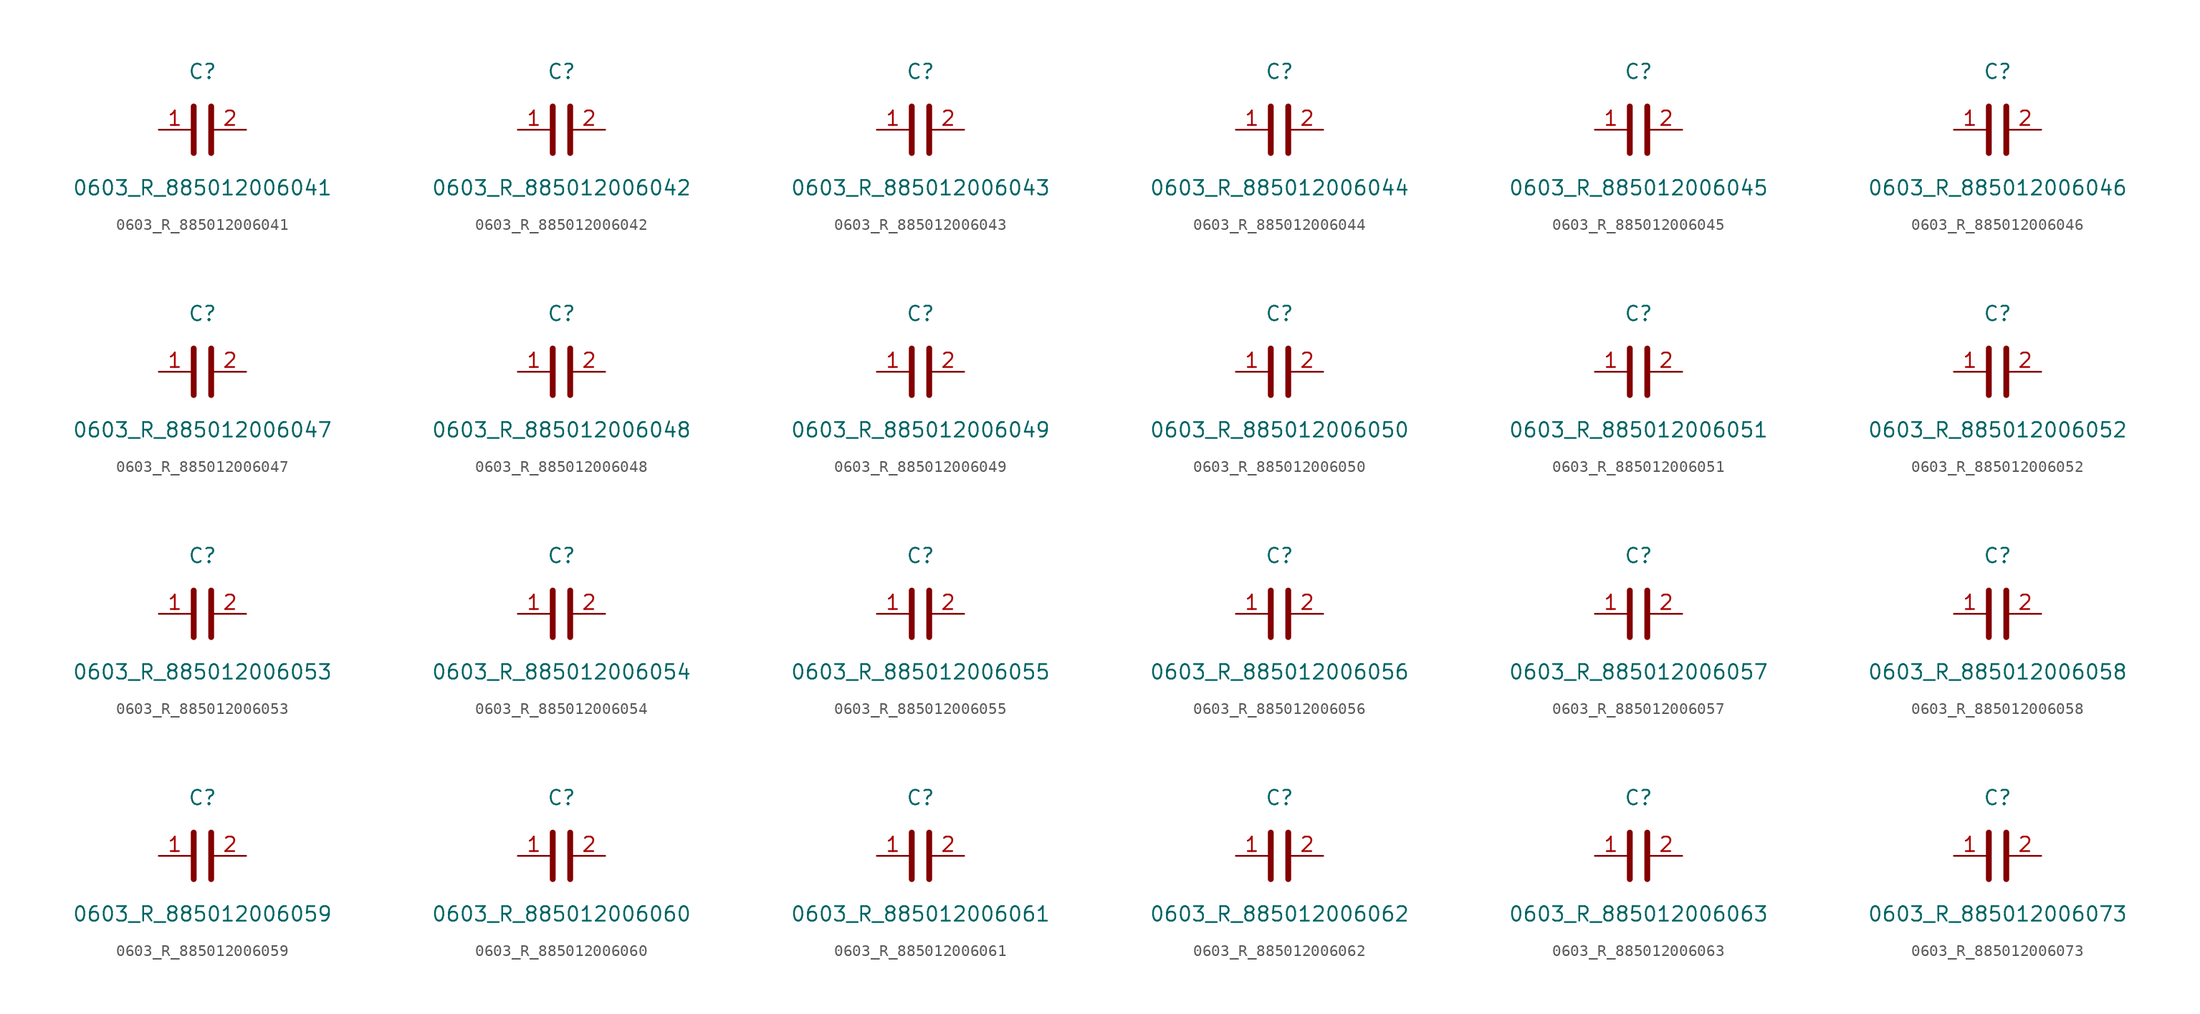
<source format=kicad_sym>
(kicad_symbol_lib
  (version 20220914)
  (generator kicad_symbol_editor)
  (symbol "0603_R_885012006041"
    (pin_names hide)
    (property "Reference" "C"
      (at 0 5.08 0)
      (effects (font (size 1.27 1.27))))
    (property "Value" "0603_R_885012006041"
      (at 0 -5.08 0)
      (effects (font (size 1.27 1.27))))
    (symbol "0603_R_885012006041_0_1"
      (polyline (pts (xy -0.762 -2.032) (xy -0.762 2.032)) (stroke (width 0.508) (type default)) (fill (type none)))
      (polyline (pts (xy 0.762 -2.032) (xy 0.762 2.032)) (stroke (width 0.508) (type default)) (fill (type none))))
    (symbol "0603_R_885012006041_1_1"
      (pin passive line (at -3.81 0 0) (length 2.794) (name "1" (effects (font (size 1.27 1.27)))) (number "1" (effects (font (size 1.27 1.27)))))
      (pin passive line (at 3.81 0 180) (length 2.794) (name "2" (effects (font (size 1.27 1.27)))) (number "2" (effects (font (size 1.27 1.27)))))))
  (symbol "0603_R_885012006042"
    (pin_names hide)
    (property "Reference" "C"
      (at 0 5.08 0)
      (effects (font (size 1.27 1.27))))
    (property "Value" "0603_R_885012006042"
      (at 0 -5.08 0)
      (effects (font (size 1.27 1.27))))
    (symbol "0603_R_885012006042_0_1"
      (polyline (pts (xy -0.762 -2.032) (xy -0.762 2.032)) (stroke (width 0.508) (type default)) (fill (type none)))
      (polyline (pts (xy 0.762 -2.032) (xy 0.762 2.032)) (stroke (width 0.508) (type default)) (fill (type none))))
    (symbol "0603_R_885012006042_1_1"
      (pin passive line (at -3.81 0 0) (length 2.794) (name "1" (effects (font (size 1.27 1.27)))) (number "1" (effects (font (size 1.27 1.27)))))
      (pin passive line (at 3.81 0 180) (length 2.794) (name "2" (effects (font (size 1.27 1.27)))) (number "2" (effects (font (size 1.27 1.27)))))))
  (symbol "0603_R_885012006043"
    (pin_names hide)
    (property "Reference" "C"
      (at 0 5.08 0)
      (effects (font (size 1.27 1.27))))
    (property "Value" "0603_R_885012006043"
      (at 0 -5.08 0)
      (effects (font (size 1.27 1.27))))
    (symbol "0603_R_885012006043_0_1"
      (polyline (pts (xy -0.762 -2.032) (xy -0.762 2.032)) (stroke (width 0.508) (type default)) (fill (type none)))
      (polyline (pts (xy 0.762 -2.032) (xy 0.762 2.032)) (stroke (width 0.508) (type default)) (fill (type none))))
    (symbol "0603_R_885012006043_1_1"
      (pin passive line (at -3.81 0 0) (length 2.794) (name "1" (effects (font (size 1.27 1.27)))) (number "1" (effects (font (size 1.27 1.27)))))
      (pin passive line (at 3.81 0 180) (length 2.794) (name "2" (effects (font (size 1.27 1.27)))) (number "2" (effects (font (size 1.27 1.27)))))))
  (symbol "0603_R_885012006044"
    (pin_names hide)
    (property "Reference" "C"
      (at 0 5.08 0)
      (effects (font (size 1.27 1.27))))
    (property "Value" "0603_R_885012006044"
      (at 0 -5.08 0)
      (effects (font (size 1.27 1.27))))
    (symbol "0603_R_885012006044_0_1"
      (polyline (pts (xy -0.762 -2.032) (xy -0.762 2.032)) (stroke (width 0.508) (type default)) (fill (type none)))
      (polyline (pts (xy 0.762 -2.032) (xy 0.762 2.032)) (stroke (width 0.508) (type default)) (fill (type none))))
    (symbol "0603_R_885012006044_1_1"
      (pin passive line (at -3.81 0 0) (length 2.794) (name "1" (effects (font (size 1.27 1.27)))) (number "1" (effects (font (size 1.27 1.27)))))
      (pin passive line (at 3.81 0 180) (length 2.794) (name "2" (effects (font (size 1.27 1.27)))) (number "2" (effects (font (size 1.27 1.27)))))))
  (symbol "0603_R_885012006045"
    (pin_names hide)
    (property "Reference" "C"
      (at 0 5.08 0)
      (effects (font (size 1.27 1.27))))
    (property "Value" "0603_R_885012006045"
      (at 0 -5.08 0)
      (effects (font (size 1.27 1.27))))
    (symbol "0603_R_885012006045_0_1"
      (polyline (pts (xy -0.762 -2.032) (xy -0.762 2.032)) (stroke (width 0.508) (type default)) (fill (type none)))
      (polyline (pts (xy 0.762 -2.032) (xy 0.762 2.032)) (stroke (width 0.508) (type default)) (fill (type none))))
    (symbol "0603_R_885012006045_1_1"
      (pin passive line (at -3.81 0 0) (length 2.794) (name "1" (effects (font (size 1.27 1.27)))) (number "1" (effects (font (size 1.27 1.27)))))
      (pin passive line (at 3.81 0 180) (length 2.794) (name "2" (effects (font (size 1.27 1.27)))) (number "2" (effects (font (size 1.27 1.27)))))))
  (symbol "0603_R_885012006046"
    (pin_names hide)
    (property "Reference" "C"
      (at 0 5.08 0)
      (effects (font (size 1.27 1.27))))
    (property "Value" "0603_R_885012006046"
      (at 0 -5.08 0)
      (effects (font (size 1.27 1.27))))
    (symbol "0603_R_885012006046_0_1"
      (polyline (pts (xy -0.762 -2.032) (xy -0.762 2.032)) (stroke (width 0.508) (type default)) (fill (type none)))
      (polyline (pts (xy 0.762 -2.032) (xy 0.762 2.032)) (stroke (width 0.508) (type default)) (fill (type none))))
    (symbol "0603_R_885012006046_1_1"
      (pin passive line (at -3.81 0 0) (length 2.794) (name "1" (effects (font (size 1.27 1.27)))) (number "1" (effects (font (size 1.27 1.27)))))
      (pin passive line (at 3.81 0 180) (length 2.794) (name "2" (effects (font (size 1.27 1.27)))) (number "2" (effects (font (size 1.27 1.27)))))))
  (symbol "0603_R_885012006047"
    (pin_names hide)
    (property "Reference" "C"
      (at 0 5.08 0)
      (effects (font (size 1.27 1.27))))
    (property "Value" "0603_R_885012006047"
      (at 0 -5.08 0)
      (effects (font (size 1.27 1.27))))
    (symbol "0603_R_885012006047_0_1"
      (polyline (pts (xy -0.762 -2.032) (xy -0.762 2.032)) (stroke (width 0.508) (type default)) (fill (type none)))
      (polyline (pts (xy 0.762 -2.032) (xy 0.762 2.032)) (stroke (width 0.508) (type default)) (fill (type none))))
    (symbol "0603_R_885012006047_1_1"
      (pin passive line (at -3.81 0 0) (length 2.794) (name "1" (effects (font (size 1.27 1.27)))) (number "1" (effects (font (size 1.27 1.27)))))
      (pin passive line (at 3.81 0 180) (length 2.794) (name "2" (effects (font (size 1.27 1.27)))) (number "2" (effects (font (size 1.27 1.27)))))))
  (symbol "0603_R_885012006048"
    (pin_names hide)
    (property "Reference" "C"
      (at 0 5.08 0)
      (effects (font (size 1.27 1.27))))
    (property "Value" "0603_R_885012006048"
      (at 0 -5.08 0)
      (effects (font (size 1.27 1.27))))
    (symbol "0603_R_885012006048_0_1"
      (polyline (pts (xy -0.762 -2.032) (xy -0.762 2.032)) (stroke (width 0.508) (type default)) (fill (type none)))
      (polyline (pts (xy 0.762 -2.032) (xy 0.762 2.032)) (stroke (width 0.508) (type default)) (fill (type none))))
    (symbol "0603_R_885012006048_1_1"
      (pin passive line (at -3.81 0 0) (length 2.794) (name "1" (effects (font (size 1.27 1.27)))) (number "1" (effects (font (size 1.27 1.27)))))
      (pin passive line (at 3.81 0 180) (length 2.794) (name "2" (effects (font (size 1.27 1.27)))) (number "2" (effects (font (size 1.27 1.27)))))))
  (symbol "0603_R_885012006049"
    (pin_names hide)
    (property "Reference" "C"
      (at 0 5.08 0)
      (effects (font (size 1.27 1.27))))
    (property "Value" "0603_R_885012006049"
      (at 0 -5.08 0)
      (effects (font (size 1.27 1.27))))
    (symbol "0603_R_885012006049_0_1"
      (polyline (pts (xy -0.762 -2.032) (xy -0.762 2.032)) (stroke (width 0.508) (type default)) (fill (type none)))
      (polyline (pts (xy 0.762 -2.032) (xy 0.762 2.032)) (stroke (width 0.508) (type default)) (fill (type none))))
    (symbol "0603_R_885012006049_1_1"
      (pin passive line (at -3.81 0 0) (length 2.794) (name "1" (effects (font (size 1.27 1.27)))) (number "1" (effects (font (size 1.27 1.27)))))
      (pin passive line (at 3.81 0 180) (length 2.794) (name "2" (effects (font (size 1.27 1.27)))) (number "2" (effects (font (size 1.27 1.27)))))))
  (symbol "0603_R_885012006050"
    (pin_names hide)
    (property "Reference" "C"
      (at 0 5.08 0)
      (effects (font (size 1.27 1.27))))
    (property "Value" "0603_R_885012006050"
      (at 0 -5.08 0)
      (effects (font (size 1.27 1.27))))
    (symbol "0603_R_885012006050_0_1"
      (polyline (pts (xy -0.762 -2.032) (xy -0.762 2.032)) (stroke (width 0.508) (type default)) (fill (type none)))
      (polyline (pts (xy 0.762 -2.032) (xy 0.762 2.032)) (stroke (width 0.508) (type default)) (fill (type none))))
    (symbol "0603_R_885012006050_1_1"
      (pin passive line (at -3.81 0 0) (length 2.794) (name "1" (effects (font (size 1.27 1.27)))) (number "1" (effects (font (size 1.27 1.27)))))
      (pin passive line (at 3.81 0 180) (length 2.794) (name "2" (effects (font (size 1.27 1.27)))) (number "2" (effects (font (size 1.27 1.27)))))))
  (symbol "0603_R_885012006051"
    (pin_names hide)
    (property "Reference" "C"
      (at 0 5.08 0)
      (effects (font (size 1.27 1.27))))
    (property "Value" "0603_R_885012006051"
      (at 0 -5.08 0)
      (effects (font (size 1.27 1.27))))
    (symbol "0603_R_885012006051_0_1"
      (polyline (pts (xy -0.762 -2.032) (xy -0.762 2.032)) (stroke (width 0.508) (type default)) (fill (type none)))
      (polyline (pts (xy 0.762 -2.032) (xy 0.762 2.032)) (stroke (width 0.508) (type default)) (fill (type none))))
    (symbol "0603_R_885012006051_1_1"
      (pin passive line (at -3.81 0 0) (length 2.794) (name "1" (effects (font (size 1.27 1.27)))) (number "1" (effects (font (size 1.27 1.27)))))
      (pin passive line (at 3.81 0 180) (length 2.794) (name "2" (effects (font (size 1.27 1.27)))) (number "2" (effects (font (size 1.27 1.27)))))))
  (symbol "0603_R_885012006052"
    (pin_names hide)
    (property "Reference" "C"
      (at 0 5.08 0)
      (effects (font (size 1.27 1.27))))
    (property "Value" "0603_R_885012006052"
      (at 0 -5.08 0)
      (effects (font (size 1.27 1.27))))
    (symbol "0603_R_885012006052_0_1"
      (polyline (pts (xy -0.762 -2.032) (xy -0.762 2.032)) (stroke (width 0.508) (type default)) (fill (type none)))
      (polyline (pts (xy 0.762 -2.032) (xy 0.762 2.032)) (stroke (width 0.508) (type default)) (fill (type none))))
    (symbol "0603_R_885012006052_1_1"
      (pin passive line (at -3.81 0 0) (length 2.794) (name "1" (effects (font (size 1.27 1.27)))) (number "1" (effects (font (size 1.27 1.27)))))
      (pin passive line (at 3.81 0 180) (length 2.794) (name "2" (effects (font (size 1.27 1.27)))) (number "2" (effects (font (size 1.27 1.27)))))))
  (symbol "0603_R_885012006053"
    (pin_names hide)
    (property "Reference" "C"
      (at 0 5.08 0)
      (effects (font (size 1.27 1.27))))
    (property "Value" "0603_R_885012006053"
      (at 0 -5.08 0)
      (effects (font (size 1.27 1.27))))
    (symbol "0603_R_885012006053_0_1"
      (polyline (pts (xy -0.762 -2.032) (xy -0.762 2.032)) (stroke (width 0.508) (type default)) (fill (type none)))
      (polyline (pts (xy 0.762 -2.032) (xy 0.762 2.032)) (stroke (width 0.508) (type default)) (fill (type none))))
    (symbol "0603_R_885012006053_1_1"
      (pin passive line (at -3.81 0 0) (length 2.794) (name "1" (effects (font (size 1.27 1.27)))) (number "1" (effects (font (size 1.27 1.27)))))
      (pin passive line (at 3.81 0 180) (length 2.794) (name "2" (effects (font (size 1.27 1.27)))) (number "2" (effects (font (size 1.27 1.27)))))))
  (symbol "0603_R_885012006054"
    (pin_names hide)
    (property "Reference" "C"
      (at 0 5.08 0)
      (effects (font (size 1.27 1.27))))
    (property "Value" "0603_R_885012006054"
      (at 0 -5.08 0)
      (effects (font (size 1.27 1.27))))
    (symbol "0603_R_885012006054_0_1"
      (polyline (pts (xy -0.762 -2.032) (xy -0.762 2.032)) (stroke (width 0.508) (type default)) (fill (type none)))
      (polyline (pts (xy 0.762 -2.032) (xy 0.762 2.032)) (stroke (width 0.508) (type default)) (fill (type none))))
    (symbol "0603_R_885012006054_1_1"
      (pin passive line (at -3.81 0 0) (length 2.794) (name "1" (effects (font (size 1.27 1.27)))) (number "1" (effects (font (size 1.27 1.27)))))
      (pin passive line (at 3.81 0 180) (length 2.794) (name "2" (effects (font (size 1.27 1.27)))) (number "2" (effects (font (size 1.27 1.27)))))))
  (symbol "0603_R_885012006055"
    (pin_names hide)
    (property "Reference" "C"
      (at 0 5.08 0)
      (effects (font (size 1.27 1.27))))
    (property "Value" "0603_R_885012006055"
      (at 0 -5.08 0)
      (effects (font (size 1.27 1.27))))
    (symbol "0603_R_885012006055_0_1"
      (polyline (pts (xy -0.762 -2.032) (xy -0.762 2.032)) (stroke (width 0.508) (type default)) (fill (type none)))
      (polyline (pts (xy 0.762 -2.032) (xy 0.762 2.032)) (stroke (width 0.508) (type default)) (fill (type none))))
    (symbol "0603_R_885012006055_1_1"
      (pin passive line (at -3.81 0 0) (length 2.794) (name "1" (effects (font (size 1.27 1.27)))) (number "1" (effects (font (size 1.27 1.27)))))
      (pin passive line (at 3.81 0 180) (length 2.794) (name "2" (effects (font (size 1.27 1.27)))) (number "2" (effects (font (size 1.27 1.27)))))))
  (symbol "0603_R_885012006056"
    (pin_names hide)
    (property "Reference" "C"
      (at 0 5.08 0)
      (effects (font (size 1.27 1.27))))
    (property "Value" "0603_R_885012006056"
      (at 0 -5.08 0)
      (effects (font (size 1.27 1.27))))
    (symbol "0603_R_885012006056_0_1"
      (polyline (pts (xy -0.762 -2.032) (xy -0.762 2.032)) (stroke (width 0.508) (type default)) (fill (type none)))
      (polyline (pts (xy 0.762 -2.032) (xy 0.762 2.032)) (stroke (width 0.508) (type default)) (fill (type none))))
    (symbol "0603_R_885012006056_1_1"
      (pin passive line (at -3.81 0 0) (length 2.794) (name "1" (effects (font (size 1.27 1.27)))) (number "1" (effects (font (size 1.27 1.27)))))
      (pin passive line (at 3.81 0 180) (length 2.794) (name "2" (effects (font (size 1.27 1.27)))) (number "2" (effects (font (size 1.27 1.27)))))))
  (symbol "0603_R_885012006057"
    (pin_names hide)
    (property "Reference" "C"
      (at 0 5.08 0)
      (effects (font (size 1.27 1.27))))
    (property "Value" "0603_R_885012006057"
      (at 0 -5.08 0)
      (effects (font (size 1.27 1.27))))
    (symbol "0603_R_885012006057_0_1"
      (polyline (pts (xy -0.762 -2.032) (xy -0.762 2.032)) (stroke (width 0.508) (type default)) (fill (type none)))
      (polyline (pts (xy 0.762 -2.032) (xy 0.762 2.032)) (stroke (width 0.508) (type default)) (fill (type none))))
    (symbol "0603_R_885012006057_1_1"
      (pin passive line (at -3.81 0 0) (length 2.794) (name "1" (effects (font (size 1.27 1.27)))) (number "1" (effects (font (size 1.27 1.27)))))
      (pin passive line (at 3.81 0 180) (length 2.794) (name "2" (effects (font (size 1.27 1.27)))) (number "2" (effects (font (size 1.27 1.27)))))))
  (symbol "0603_R_885012006058"
    (pin_names hide)
    (property "Reference" "C"
      (at 0 5.08 0)
      (effects (font (size 1.27 1.27))))
    (property "Value" "0603_R_885012006058"
      (at 0 -5.08 0)
      (effects (font (size 1.27 1.27))))
    (symbol "0603_R_885012006058_0_1"
      (polyline (pts (xy -0.762 -2.032) (xy -0.762 2.032)) (stroke (width 0.508) (type default)) (fill (type none)))
      (polyline (pts (xy 0.762 -2.032) (xy 0.762 2.032)) (stroke (width 0.508) (type default)) (fill (type none))))
    (symbol "0603_R_885012006058_1_1"
      (pin passive line (at -3.81 0 0) (length 2.794) (name "1" (effects (font (size 1.27 1.27)))) (number "1" (effects (font (size 1.27 1.27)))))
      (pin passive line (at 3.81 0 180) (length 2.794) (name "2" (effects (font (size 1.27 1.27)))) (number "2" (effects (font (size 1.27 1.27)))))))
  (symbol "0603_R_885012006059"
    (pin_names hide)
    (property "Reference" "C"
      (at 0 5.08 0)
      (effects (font (size 1.27 1.27))))
    (property "Value" "0603_R_885012006059"
      (at 0 -5.08 0)
      (effects (font (size 1.27 1.27))))
    (symbol "0603_R_885012006059_0_1"
      (polyline (pts (xy -0.762 -2.032) (xy -0.762 2.032)) (stroke (width 0.508) (type default)) (fill (type none)))
      (polyline (pts (xy 0.762 -2.032) (xy 0.762 2.032)) (stroke (width 0.508) (type default)) (fill (type none))))
    (symbol "0603_R_885012006059_1_1"
      (pin passive line (at -3.81 0 0) (length 2.794) (name "1" (effects (font (size 1.27 1.27)))) (number "1" (effects (font (size 1.27 1.27)))))
      (pin passive line (at 3.81 0 180) (length 2.794) (name "2" (effects (font (size 1.27 1.27)))) (number "2" (effects (font (size 1.27 1.27)))))))
  (symbol "0603_R_885012006060"
    (pin_names hide)
    (property "Reference" "C"
      (at 0 5.08 0)
      (effects (font (size 1.27 1.27))))
    (property "Value" "0603_R_885012006060"
      (at 0 -5.08 0)
      (effects (font (size 1.27 1.27))))
    (symbol "0603_R_885012006060_0_1"
      (polyline (pts (xy -0.762 -2.032) (xy -0.762 2.032)) (stroke (width 0.508) (type default)) (fill (type none)))
      (polyline (pts (xy 0.762 -2.032) (xy 0.762 2.032)) (stroke (width 0.508) (type default)) (fill (type none))))
    (symbol "0603_R_885012006060_1_1"
      (pin passive line (at -3.81 0 0) (length 2.794) (name "1" (effects (font (size 1.27 1.27)))) (number "1" (effects (font (size 1.27 1.27)))))
      (pin passive line (at 3.81 0 180) (length 2.794) (name "2" (effects (font (size 1.27 1.27)))) (number "2" (effects (font (size 1.27 1.27)))))))
  (symbol "0603_R_885012006061"
    (pin_names hide)
    (property "Reference" "C"
      (at 0 5.08 0)
      (effects (font (size 1.27 1.27))))
    (property "Value" "0603_R_885012006061"
      (at 0 -5.08 0)
      (effects (font (size 1.27 1.27))))
    (symbol "0603_R_885012006061_0_1"
      (polyline (pts (xy -0.762 -2.032) (xy -0.762 2.032)) (stroke (width 0.508) (type default)) (fill (type none)))
      (polyline (pts (xy 0.762 -2.032) (xy 0.762 2.032)) (stroke (width 0.508) (type default)) (fill (type none))))
    (symbol "0603_R_885012006061_1_1"
      (pin passive line (at -3.81 0 0) (length 2.794) (name "1" (effects (font (size 1.27 1.27)))) (number "1" (effects (font (size 1.27 1.27)))))
      (pin passive line (at 3.81 0 180) (length 2.794) (name "2" (effects (font (size 1.27 1.27)))) (number "2" (effects (font (size 1.27 1.27)))))))
  (symbol "0603_R_885012006062"
    (pin_names hide)
    (property "Reference" "C"
      (at 0 5.08 0)
      (effects (font (size 1.27 1.27))))
    (property "Value" "0603_R_885012006062"
      (at 0 -5.08 0)
      (effects (font (size 1.27 1.27))))
    (symbol "0603_R_885012006062_0_1"
      (polyline (pts (xy -0.762 -2.032) (xy -0.762 2.032)) (stroke (width 0.508) (type default)) (fill (type none)))
      (polyline (pts (xy 0.762 -2.032) (xy 0.762 2.032)) (stroke (width 0.508) (type default)) (fill (type none))))
    (symbol "0603_R_885012006062_1_1"
      (pin passive line (at -3.81 0 0) (length 2.794) (name "1" (effects (font (size 1.27 1.27)))) (number "1" (effects (font (size 1.27 1.27)))))
      (pin passive line (at 3.81 0 180) (length 2.794) (name "2" (effects (font (size 1.27 1.27)))) (number "2" (effects (font (size 1.27 1.27)))))))
  (symbol "0603_R_885012006063"
    (pin_names hide)
    (property "Reference" "C"
      (at 0 5.08 0)
      (effects (font (size 1.27 1.27))))
    (property "Value" "0603_R_885012006063"
      (at 0 -5.08 0)
      (effects (font (size 1.27 1.27))))
    (symbol "0603_R_885012006063_0_1"
      (polyline (pts (xy -0.762 -2.032) (xy -0.762 2.032)) (stroke (width 0.508) (type default)) (fill (type none)))
      (polyline (pts (xy 0.762 -2.032) (xy 0.762 2.032)) (stroke (width 0.508) (type default)) (fill (type none))))
    (symbol "0603_R_885012006063_1_1"
      (pin passive line (at -3.81 0 0) (length 2.794) (name "1" (effects (font (size 1.27 1.27)))) (number "1" (effects (font (size 1.27 1.27)))))
      (pin passive line (at 3.81 0 180) (length 2.794) (name "2" (effects (font (size 1.27 1.27)))) (number "2" (effects (font (size 1.27 1.27)))))))
  (symbol "0603_R_885012006073"
    (pin_names hide)
    (property "Reference" "C"
      (at 0 5.08 0)
      (effects (font (size 1.27 1.27))))
    (property "Value" "0603_R_885012006073"
      (at 0 -5.08 0)
      (effects (font (size 1.27 1.27))))
    (symbol "0603_R_885012006073_0_1"
      (polyline (pts (xy -0.762 -2.032) (xy -0.762 2.032)) (stroke (width 0.508) (type default)) (fill (type none)))
      (polyline (pts (xy 0.762 -2.032) (xy 0.762 2.032)) (stroke (width 0.508) (type default)) (fill (type none))))
    (symbol "0603_R_885012006073_1_1"
      (pin passive line (at -3.81 0 0) (length 2.794) (name "1" (effects (font (size 1.27 1.27)))) (number "1" (effects (font (size 1.27 1.27)))))
      (pin passive line (at 3.81 0 180) (length 2.794) (name "2" (effects (font (size 1.27 1.27)))) (number "2" (effects (font (size 1.27 1.27))))))))
</source>
